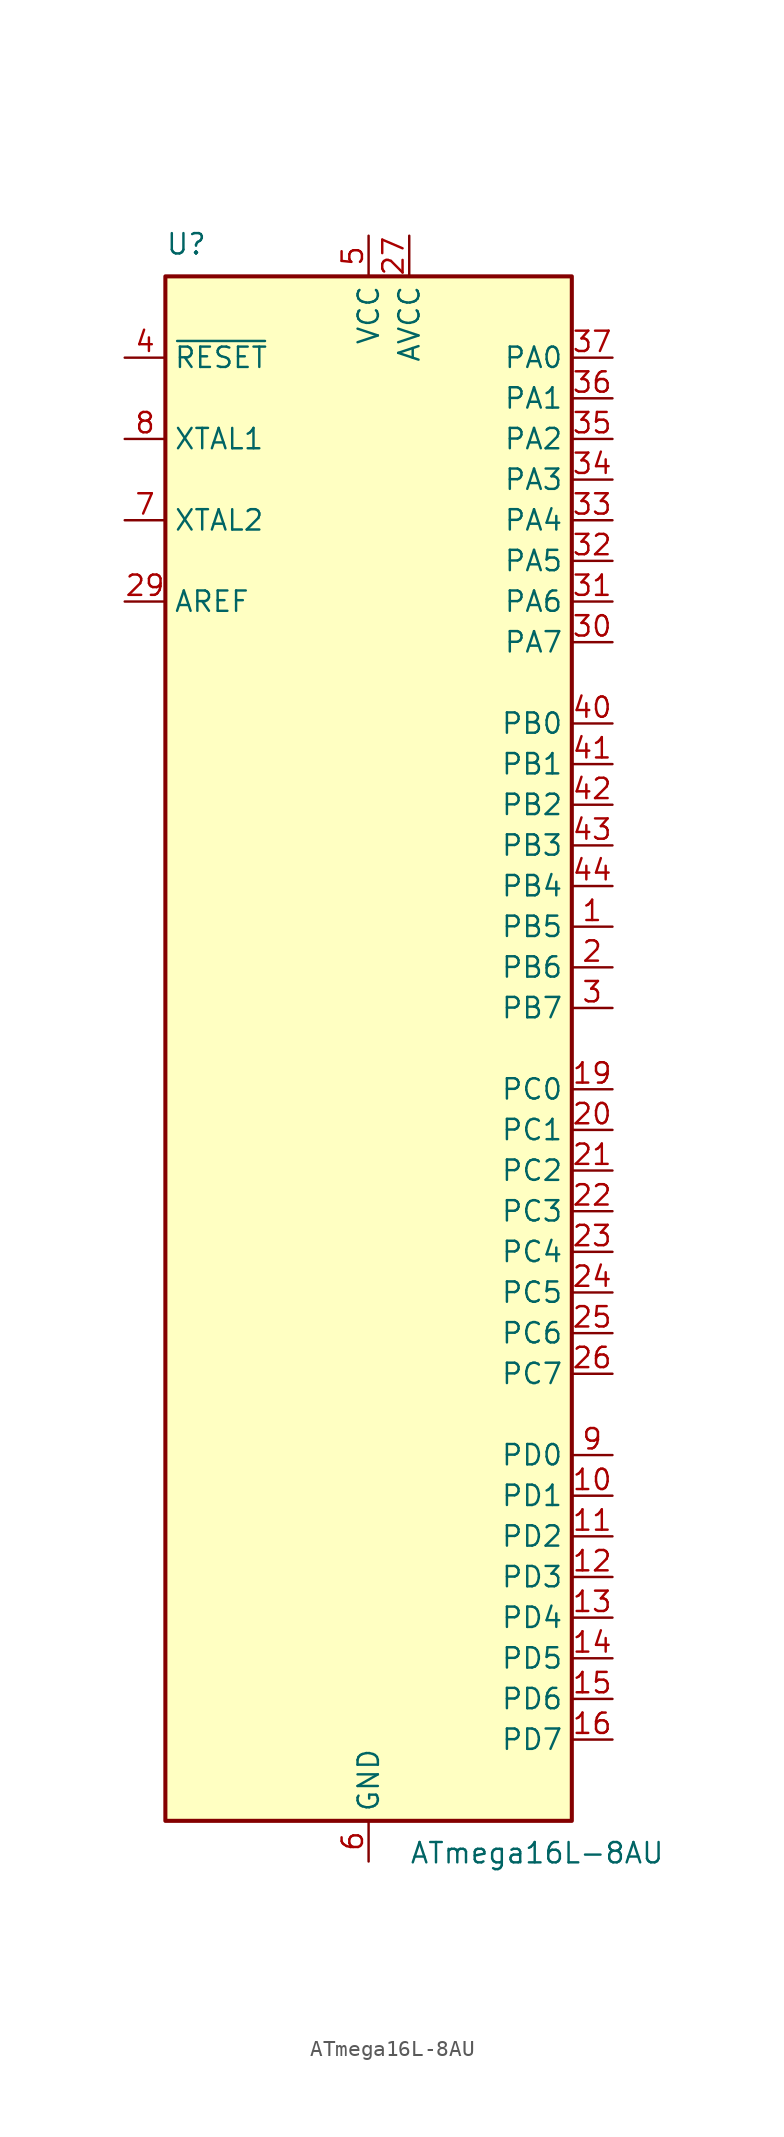
<source format=kicad_sym>
(kicad_symbol_lib
  (version 20211014)
  (generator kicad_symbol_editor)
  (symbol "ATmega16L-8AU"
    (property "Reference" "U"
      (at -12.7 49.53 0)
      (effects (font (size 1.27 1.27)) (justify left bottom)))
    (property "Value" "ATmega16L-8AU"
      (at 2.54 -49.53 0)
      (effects (font (size 1.27 1.27)) (justify left top)))
    (symbol "ATmega16L-8AU_0_1"
      (rectangle (start -12.7 -48.26) (end 12.7 48.26) (stroke (width 0.254) (type default) (color 0 0 0 0)) (fill (type background))))
    (symbol "ATmega16L-8AU_1_1"
      (pin bidirectional line (at 15.24 7.62 180) (length 2.54) (name "PB5" (effects (font (size 1.27 1.27)))) (number "1" (effects (font (size 1.27 1.27)))))
      (pin bidirectional line (at 15.24 -27.94 180) (length 2.54) (name "PD1" (effects (font (size 1.27 1.27)))) (number "10" (effects (font (size 1.27 1.27)))))
      (pin bidirectional line (at 15.24 -30.48 180) (length 2.54) (name "PD2" (effects (font (size 1.27 1.27)))) (number "11" (effects (font (size 1.27 1.27)))))
      (pin bidirectional line (at 15.24 -33.02 180) (length 2.54) (name "PD3" (effects (font (size 1.27 1.27)))) (number "12" (effects (font (size 1.27 1.27)))))
      (pin bidirectional line (at 15.24 -35.56 180) (length 2.54) (name "PD4" (effects (font (size 1.27 1.27)))) (number "13" (effects (font (size 1.27 1.27)))))
      (pin bidirectional line (at 15.24 -38.1 180) (length 2.54) (name "PD5" (effects (font (size 1.27 1.27)))) (number "14" (effects (font (size 1.27 1.27)))))
      (pin bidirectional line (at 15.24 -40.64 180) (length 2.54) (name "PD6" (effects (font (size 1.27 1.27)))) (number "15" (effects (font (size 1.27 1.27)))))
      (pin bidirectional line (at 15.24 -43.18 180) (length 2.54) (name "PD7" (effects (font (size 1.27 1.27)))) (number "16" (effects (font (size 1.27 1.27)))))
      (pin passive line (at 0 50.8 270) (length 2.54) hide (name "VCC" (effects (font (size 1.27 1.27)))) (number "17" (effects (font (size 1.27 1.27)))))
      (pin passive line (at 0 -50.8 90) (length 2.54) hide (name "GND" (effects (font (size 1.27 1.27)))) (number "18" (effects (font (size 1.27 1.27)))))
      (pin bidirectional line (at 15.24 -2.54 180) (length 2.54) (name "PC0" (effects (font (size 1.27 1.27)))) (number "19" (effects (font (size 1.27 1.27)))))
      (pin bidirectional line (at 15.24 5.08 180) (length 2.54) (name "PB6" (effects (font (size 1.27 1.27)))) (number "2" (effects (font (size 1.27 1.27)))))
      (pin bidirectional line (at 15.24 -5.08 180) (length 2.54) (name "PC1" (effects (font (size 1.27 1.27)))) (number "20" (effects (font (size 1.27 1.27)))))
      (pin bidirectional line (at 15.24 -7.62 180) (length 2.54) (name "PC2" (effects (font (size 1.27 1.27)))) (number "21" (effects (font (size 1.27 1.27)))))
      (pin bidirectional line (at 15.24 -10.16 180) (length 2.54) (name "PC3" (effects (font (size 1.27 1.27)))) (number "22" (effects (font (size 1.27 1.27)))))
      (pin bidirectional line (at 15.24 -12.7 180) (length 2.54) (name "PC4" (effects (font (size 1.27 1.27)))) (number "23" (effects (font (size 1.27 1.27)))))
      (pin bidirectional line (at 15.24 -15.24 180) (length 2.54) (name "PC5" (effects (font (size 1.27 1.27)))) (number "24" (effects (font (size 1.27 1.27)))))
      (pin bidirectional line (at 15.24 -17.78 180) (length 2.54) (name "PC6" (effects (font (size 1.27 1.27)))) (number "25" (effects (font (size 1.27 1.27)))))
      (pin bidirectional line (at 15.24 -20.32 180) (length 2.54) (name "PC7" (effects (font (size 1.27 1.27)))) (number "26" (effects (font (size 1.27 1.27)))))
      (pin power_in line (at 2.54 50.8 270) (length 2.54) (name "AVCC" (effects (font (size 1.27 1.27)))) (number "27" (effects (font (size 1.27 1.27)))))
      (pin passive line (at 0 -50.8 90) (length 2.54) hide (name "GND" (effects (font (size 1.27 1.27)))) (number "28" (effects (font (size 1.27 1.27)))))
      (pin passive line (at -15.24 27.94 0) (length 2.54) (name "AREF" (effects (font (size 1.27 1.27)))) (number "29" (effects (font (size 1.27 1.27)))))
      (pin bidirectional line (at 15.24 2.54 180) (length 2.54) (name "PB7" (effects (font (size 1.27 1.27)))) (number "3" (effects (font (size 1.27 1.27)))))
      (pin bidirectional line (at 15.24 25.4 180) (length 2.54) (name "PA7" (effects (font (size 1.27 1.27)))) (number "30" (effects (font (size 1.27 1.27)))))
      (pin bidirectional line (at 15.24 27.94 180) (length 2.54) (name "PA6" (effects (font (size 1.27 1.27)))) (number "31" (effects (font (size 1.27 1.27)))))
      (pin bidirectional line (at 15.24 30.48 180) (length 2.54) (name "PA5" (effects (font (size 1.27 1.27)))) (number "32" (effects (font (size 1.27 1.27)))))
      (pin bidirectional line (at 15.24 33.02 180) (length 2.54) (name "PA4" (effects (font (size 1.27 1.27)))) (number "33" (effects (font (size 1.27 1.27)))))
      (pin bidirectional line (at 15.24 35.56 180) (length 2.54) (name "PA3" (effects (font (size 1.27 1.27)))) (number "34" (effects (font (size 1.27 1.27)))))
      (pin bidirectional line (at 15.24 38.1 180) (length 2.54) (name "PA2" (effects (font (size 1.27 1.27)))) (number "35" (effects (font (size 1.27 1.27)))))
      (pin bidirectional line (at 15.24 40.64 180) (length 2.54) (name "PA1" (effects (font (size 1.27 1.27)))) (number "36" (effects (font (size 1.27 1.27)))))
      (pin bidirectional line (at 15.24 43.18 180) (length 2.54) (name "PA0" (effects (font (size 1.27 1.27)))) (number "37" (effects (font (size 1.27 1.27)))))
      (pin passive line (at 0 50.8 270) (length 2.54) hide (name "VCC" (effects (font (size 1.27 1.27)))) (number "38" (effects (font (size 1.27 1.27)))))
      (pin passive line (at 0 -50.8 90) (length 2.54) hide (name "GND" (effects (font (size 1.27 1.27)))) (number "39" (effects (font (size 1.27 1.27)))))
      (pin input line (at -15.24 43.18 0) (length 2.54) (name "~{RESET}" (effects (font (size 1.27 1.27)))) (number "4" (effects (font (size 1.27 1.27)))))
      (pin bidirectional line (at 15.24 20.32 180) (length 2.54) (name "PB0" (effects (font (size 1.27 1.27)))) (number "40" (effects (font (size 1.27 1.27)))))
      (pin bidirectional line (at 15.24 17.78 180) (length 2.54) (name "PB1" (effects (font (size 1.27 1.27)))) (number "41" (effects (font (size 1.27 1.27)))))
      (pin bidirectional line (at 15.24 15.24 180) (length 2.54) (name "PB2" (effects (font (size 1.27 1.27)))) (number "42" (effects (font (size 1.27 1.27)))))
      (pin bidirectional line (at 15.24 12.7 180) (length 2.54) (name "PB3" (effects (font (size 1.27 1.27)))) (number "43" (effects (font (size 1.27 1.27)))))
      (pin bidirectional line (at 15.24 10.16 180) (length 2.54) (name "PB4" (effects (font (size 1.27 1.27)))) (number "44" (effects (font (size 1.27 1.27)))))
      (pin power_in line (at 0 50.8 270) (length 2.54) (name "VCC" (effects (font (size 1.27 1.27)))) (number "5" (effects (font (size 1.27 1.27)))))
      (pin power_in line (at 0 -50.8 90) (length 2.54) (name "GND" (effects (font (size 1.27 1.27)))) (number "6" (effects (font (size 1.27 1.27)))))
      (pin output line (at -15.24 33.02 0) (length 2.54) (name "XTAL2" (effects (font (size 1.27 1.27)))) (number "7" (effects (font (size 1.27 1.27)))))
      (pin input line (at -15.24 38.1 0) (length 2.54) (name "XTAL1" (effects (font (size 1.27 1.27)))) (number "8" (effects (font (size 1.27 1.27)))))
      (pin bidirectional line (at 15.24 -25.4 180) (length 2.54) (name "PD0" (effects (font (size 1.27 1.27)))) (number "9" (effects (font (size 1.27 1.27))))))))
</source>
